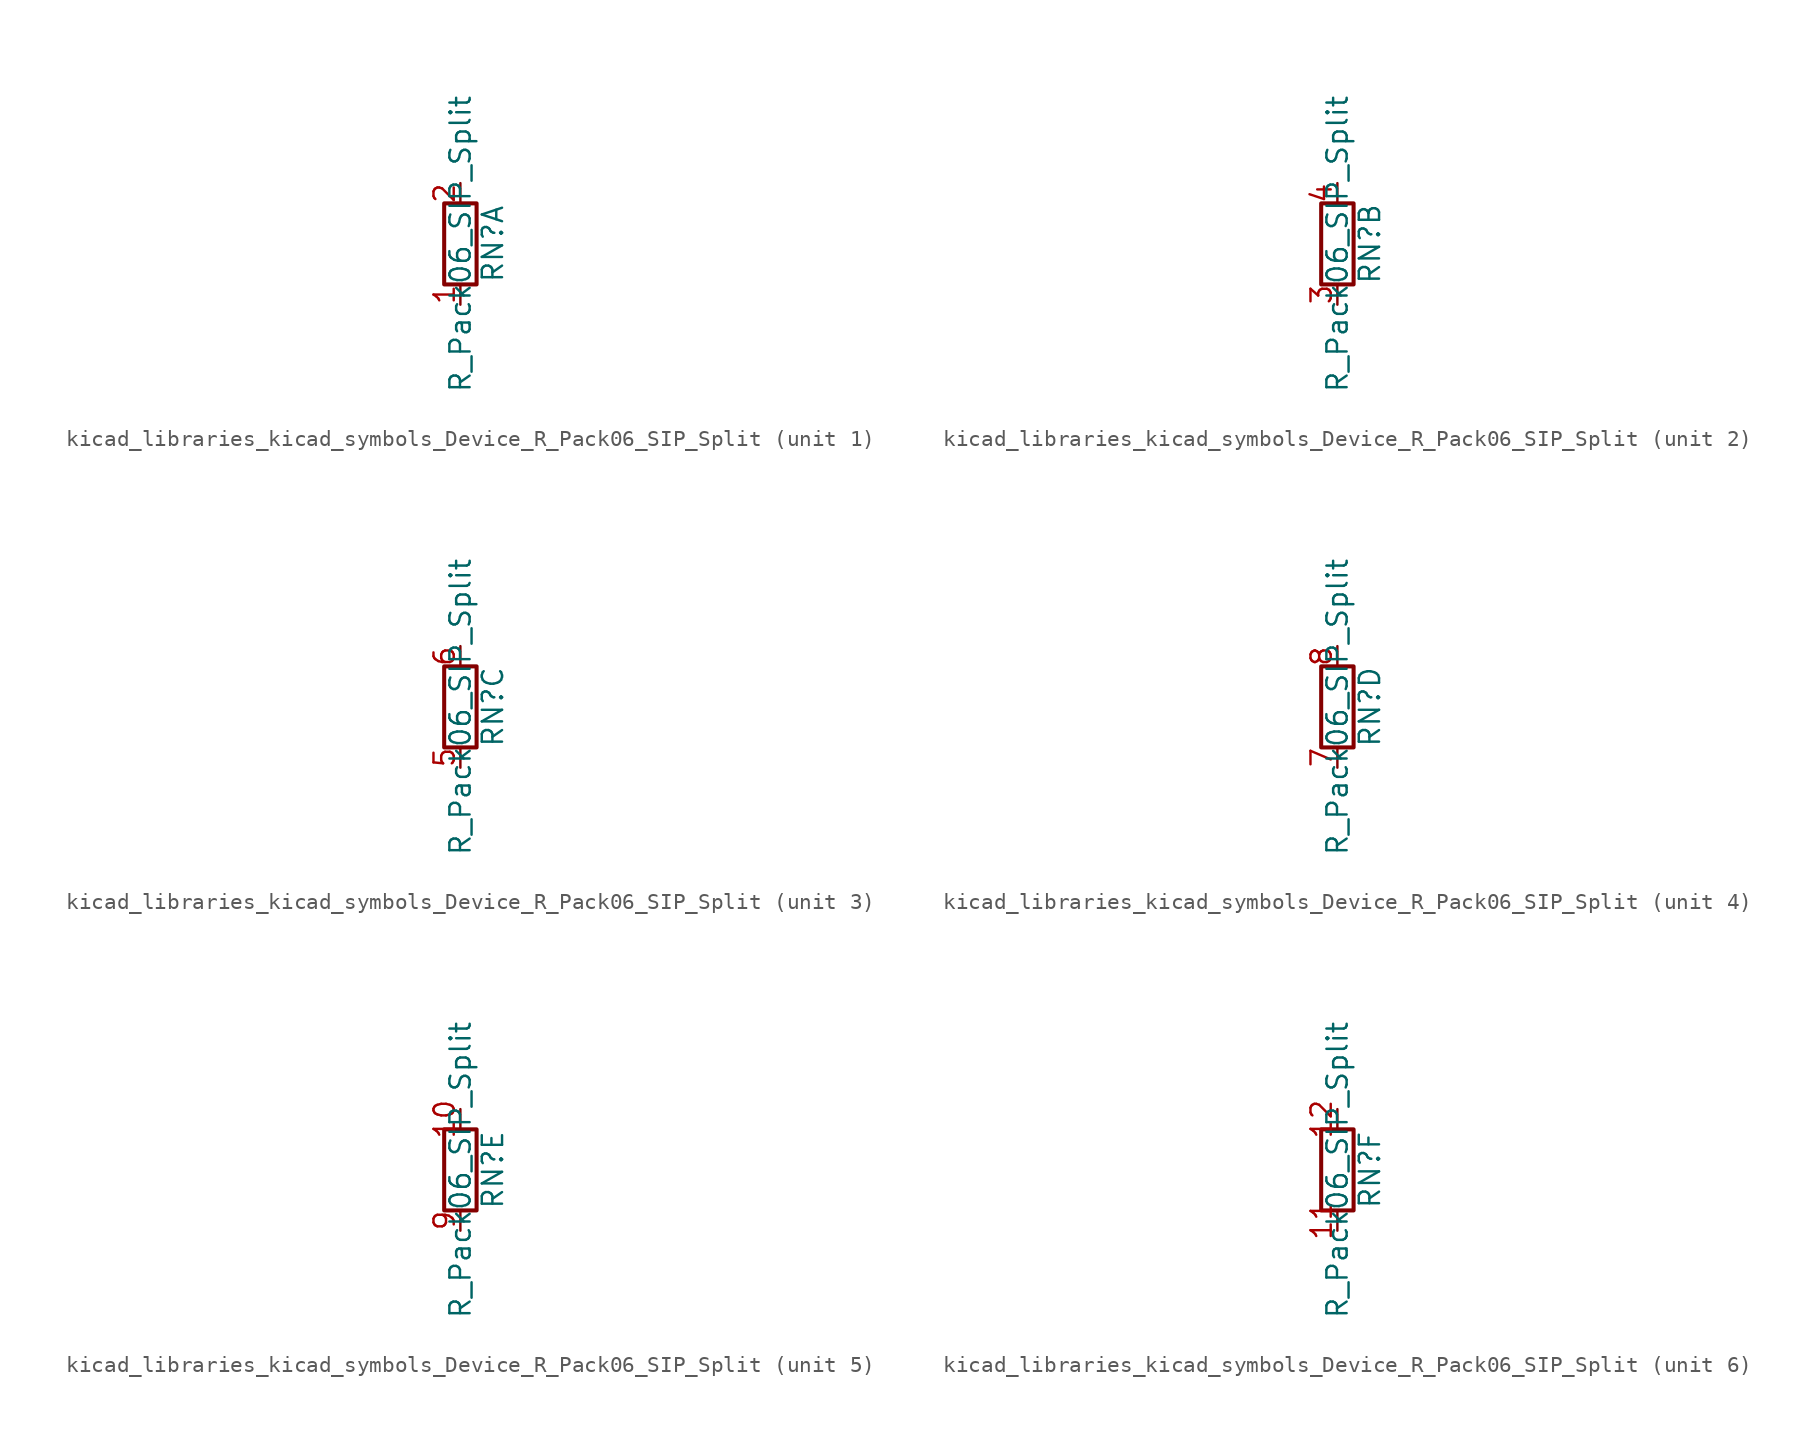
<source format=kicad_sym>
(kicad_symbol_lib
  (version 20220914)
  (generator kicad_symbol_editor)
  (symbol "kicad_libraries_kicad_symbols_Device_R_Pack06_SIP_Split"
    (pin_names
      (offset 0) hide)
    (property "Reference" "RN"
      (at 2.032 0 90)
      (effects (font (size 1.27 1.27))))
    (property "Value" "R_Pack06_SIP_Split"
      (at 0 0 90)
      (effects (font (size 1.27 1.27))))
    (symbol "kicad_libraries_kicad_symbols_Device_R_Pack06_SIP_Split_0_1"
      (rectangle (start 1.016 2.54) (end -1.016 -2.54) (stroke (width 0.254) (type default)) (fill (type none))))
    (symbol "kicad_libraries_kicad_symbols_Device_R_Pack06_SIP_Split_1_1"
      (pin passive line (at 0 -3.81 90) (length 1.27) (name "R1.1" (effects (font (size 1.27 1.27)))) (number "1" (effects (font (size 1.27 1.27)))))
      (pin passive line (at 0 3.81 270) (length 1.27) (name "R1.2" (effects (font (size 1.27 1.27)))) (number "2" (effects (font (size 1.27 1.27))))))
    (symbol "kicad_libraries_kicad_symbols_Device_R_Pack06_SIP_Split_2_1"
      (pin passive line (at 0 -3.81 90) (length 1.27) (name "R2.1" (effects (font (size 1.27 1.27)))) (number "3" (effects (font (size 1.27 1.27)))))
      (pin passive line (at 0 3.81 270) (length 1.27) (name "R2.2" (effects (font (size 1.27 1.27)))) (number "4" (effects (font (size 1.27 1.27))))))
    (symbol "kicad_libraries_kicad_symbols_Device_R_Pack06_SIP_Split_3_1"
      (pin passive line (at 0 -3.81 90) (length 1.27) (name "R3.1" (effects (font (size 1.27 1.27)))) (number "5" (effects (font (size 1.27 1.27)))))
      (pin passive line (at 0 3.81 270) (length 1.27) (name "R3.2" (effects (font (size 1.27 1.27)))) (number "6" (effects (font (size 1.27 1.27))))))
    (symbol "kicad_libraries_kicad_symbols_Device_R_Pack06_SIP_Split_4_1"
      (pin passive line (at 0 -3.81 90) (length 1.27) (name "R4.1" (effects (font (size 1.27 1.27)))) (number "7" (effects (font (size 1.27 1.27)))))
      (pin passive line (at 0 3.81 270) (length 1.27) (name "R4.2" (effects (font (size 1.27 1.27)))) (number "8" (effects (font (size 1.27 1.27))))))
    (symbol "kicad_libraries_kicad_symbols_Device_R_Pack06_SIP_Split_5_1"
      (pin passive line (at 0 3.81 270) (length 1.27) (name "R5.2" (effects (font (size 1.27 1.27)))) (number "10" (effects (font (size 1.27 1.27)))))
      (pin passive line (at 0 -3.81 90) (length 1.27) (name "R5.1" (effects (font (size 1.27 1.27)))) (number "9" (effects (font (size 1.27 1.27))))))
    (symbol "kicad_libraries_kicad_symbols_Device_R_Pack06_SIP_Split_6_1"
      (pin passive line (at 0 -3.81 90) (length 1.27) (name "R6.1" (effects (font (size 1.27 1.27)))) (number "11" (effects (font (size 1.27 1.27)))))
      (pin passive line (at 0 3.81 270) (length 1.27) (name "R6.2" (effects (font (size 1.27 1.27)))) (number "12" (effects (font (size 1.27 1.27))))))))
</source>
